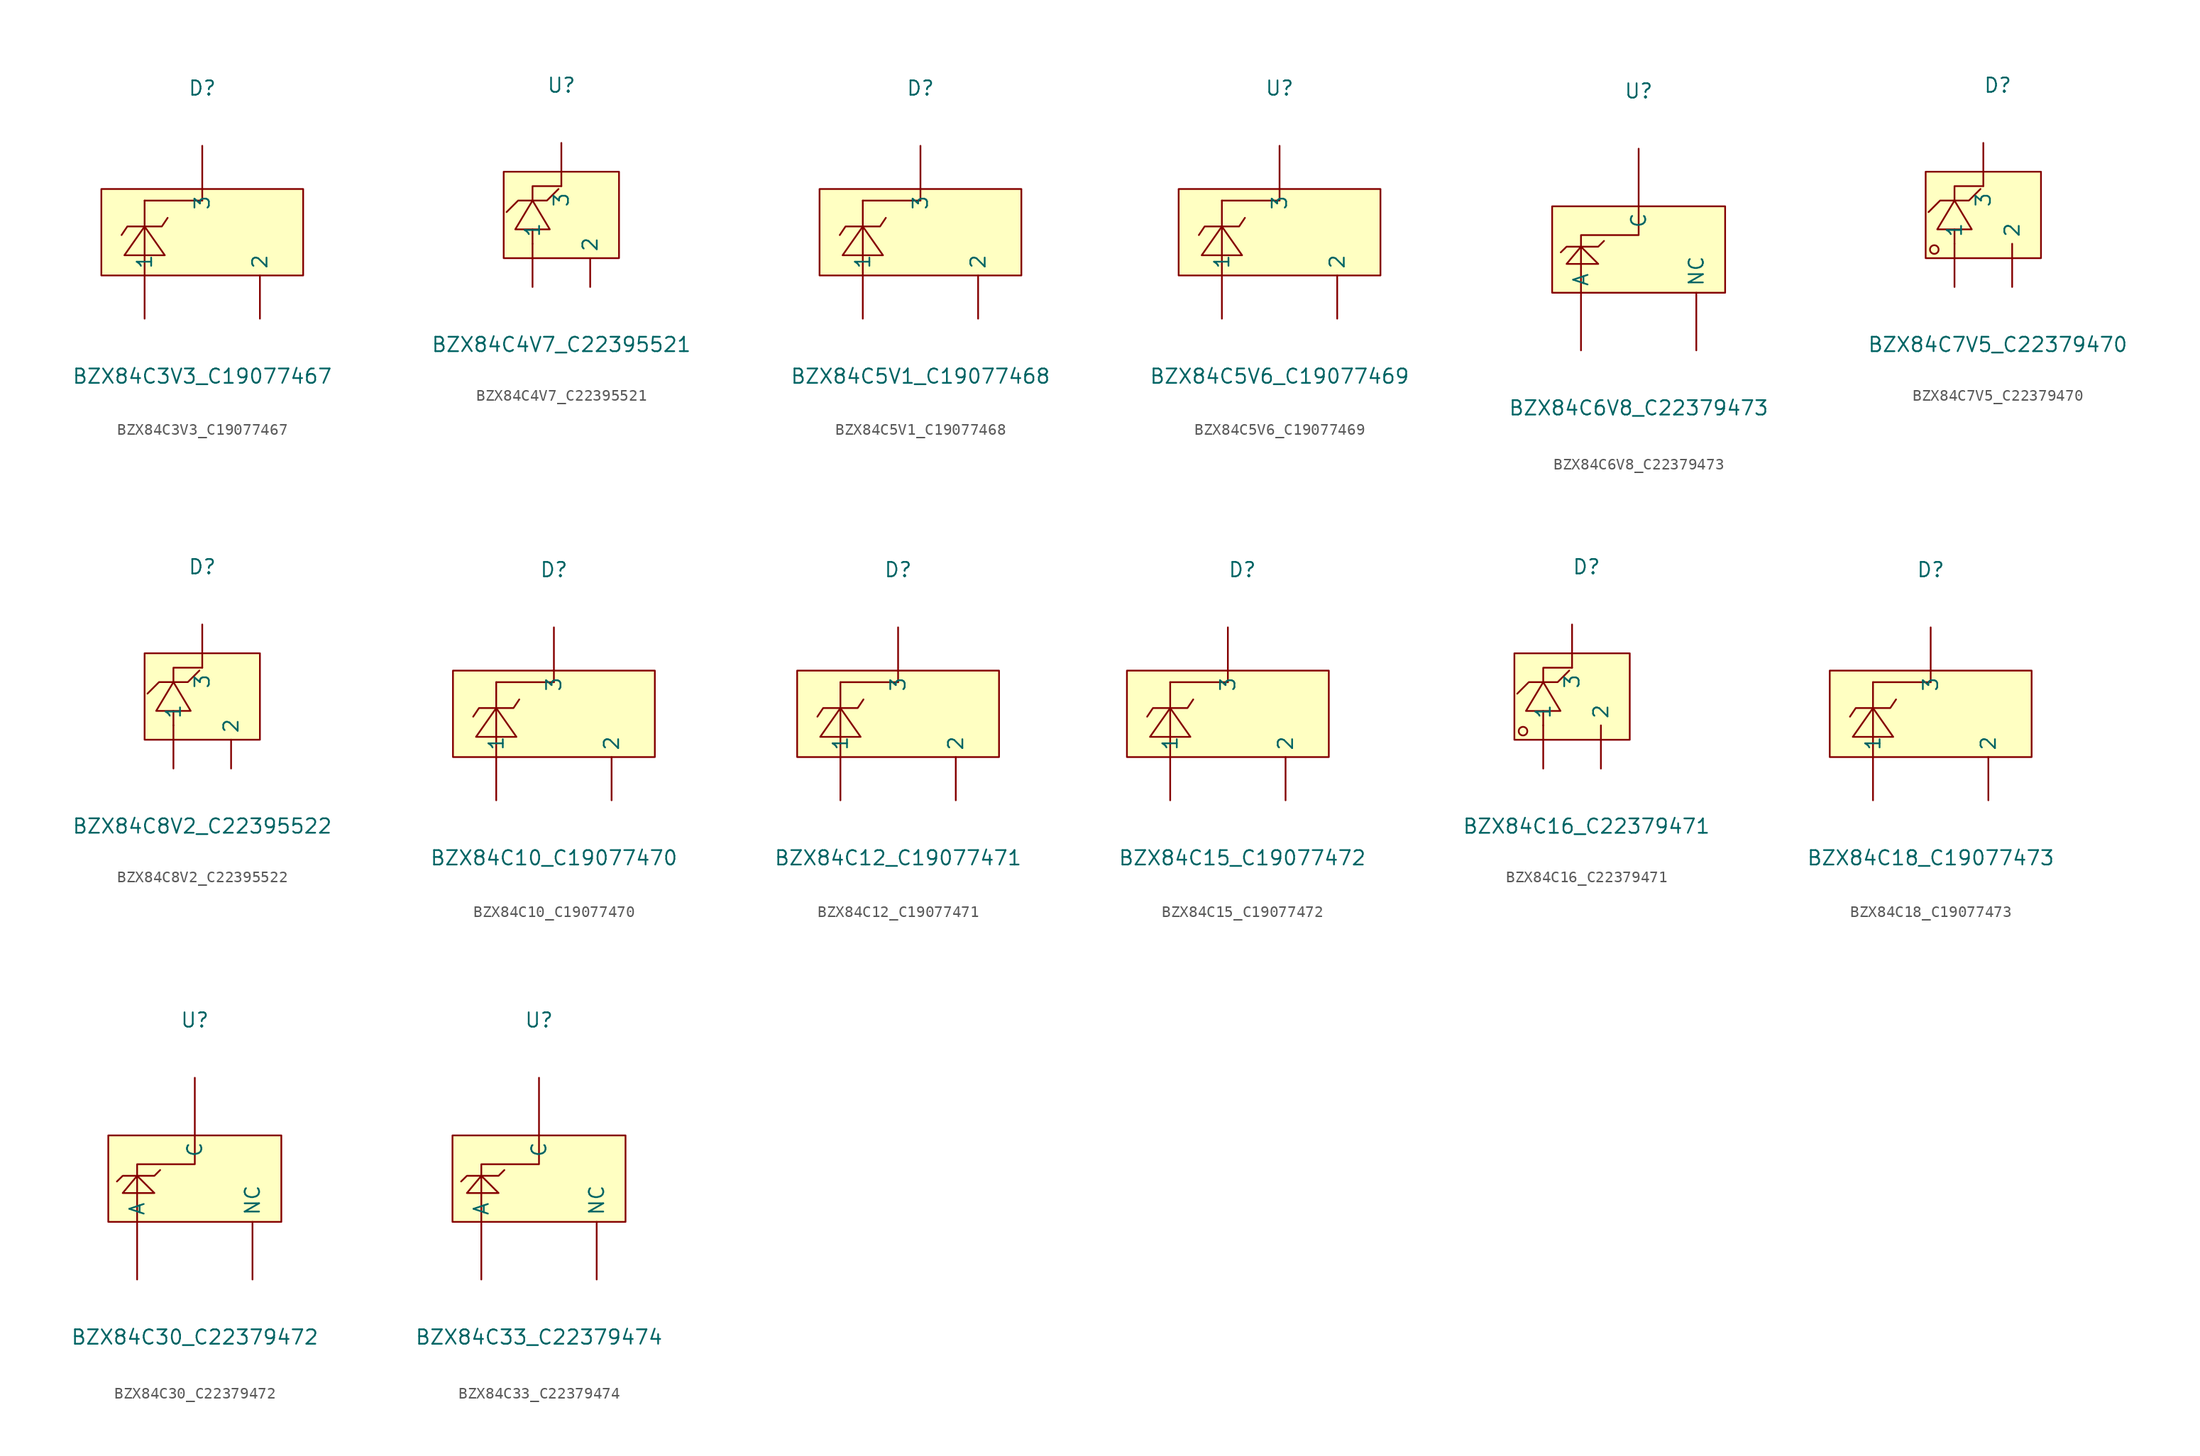
<source format=kicad_sym>
(kicad_symbol_lib
  (version 20241209)
  (generator "kicad_symbol_editor")
  (generator_version "9.0")
  (symbol "BZX84C3V3_C19077467"
    (pin_numbers
      (hide yes))
    (property "Reference" "D"
      (at 0 12.7 0)
      (effects (font (size 1.27 1.27))))
    (property "Value" "BZX84C3V3_C19077467"
      (at 0 -12.7 0)
      (effects (font (size 1.27 1.27))))
    (symbol "BZX84C3V3_C19077467_0_1"
      (rectangle (start -8.89 3.81) (end 8.89 -3.81) (stroke (width 0) (type default)) (fill (type background)))
      (polyline (pts (xy -5.08 2.79) (xy -5.08 -3.81)) (stroke (width 0) (type default)) (fill (type none)))
      (polyline (pts (xy -5.08 2.79) (xy 0 2.79)) (stroke (width 0) (type default)) (fill (type none)))
      (polyline (pts (xy -3.3 -2.03) (xy -5.08 0.51) (xy -6.86 -2.03) (xy -3.3 -2.03)) (stroke (width 0) (type default)) (fill (type background)))
      (polyline (pts (xy -3.05 1.27) (xy -3.56 0.51) (xy -6.6 0.51) (xy -7.11 -0.25)) (stroke (width 0) (type default)) (fill (type none)))
      (polyline (pts (xy 0 2.79) (xy 0 3.81)) (stroke (width 0) (type default)) (fill (type none)))
      (pin unspecified line (at -5.08 -7.62 90) (length 3.81) (name "1" (effects (font (size 1.27 1.27)))) (number "1" (effects (font (size 1.27 1.27)))))
      (pin unspecified line (at 0 7.62 270) (length 3.81) (name "3" (effects (font (size 1.27 1.27)))) (number "3" (effects (font (size 1.27 1.27)))))
      (pin unspecified line (at 5.08 -7.62 90) (length 3.81) (name "2" (effects (font (size 1.27 1.27)))) (number "2" (effects (font (size 1.27 1.27)))))))
  (symbol "BZX84C4V7_C22395521"
    (pin_numbers
      (hide yes))
    (property "Reference" "U"
      (at 0 12.7 0)
      (effects (font (size 1.27 1.27))))
    (property "Value" "BZX84C4V7_C22395521"
      (at 0 -10.16 0)
      (effects (font (size 1.27 1.27))))
    (symbol "BZX84C4V7_C22395521_0_1"
      (rectangle (start -5.08 5.08) (end 5.08 -2.54) (stroke (width 0) (type default)) (fill (type background)))
      (polyline (pts (xy -4.06 0) (xy -2.54 2.54) (xy -1.02 0) (xy -4.06 0)) (stroke (width 0) (type default)) (fill (type background)))
      (polyline (pts (xy -2.54 2.54) (xy -2.54 3.81) (xy 0 3.81) (xy 0 3.81)) (stroke (width 0) (type default)) (fill (type none)))
      (polyline (pts (xy -2.54 0) (xy -2.54 -1.27)) (stroke (width 0) (type default)) (fill (type none)))
      (polyline (pts (xy -0.25 3.56) (xy -1.27 2.54) (xy -3.81 2.54) (xy -4.83 1.52)) (stroke (width 0) (type default)) (fill (type none)))
      (pin unspecified line (at -2.54 -5.08 90) (length 3.81) (name "1" (effects (font (size 1.27 1.27)))) (number "1" (effects (font (size 1.27 1.27)))))
      (pin unspecified line (at 0 7.62 270) (length 3.81) (name "3" (effects (font (size 1.27 1.27)))) (number "3" (effects (font (size 1.27 1.27)))))
      (pin unspecified line (at 2.54 -5.08 90) (length 2.54) (name "2" (effects (font (size 1.27 1.27)))) (number "2" (effects (font (size 1.27 1.27)))))))
  (symbol "BZX84C5V1_C19077468"
    (pin_numbers
      (hide yes))
    (property "Reference" "D"
      (at 0 12.7 0)
      (effects (font (size 1.27 1.27))))
    (property "Value" "BZX84C5V1_C19077468"
      (at 0 -12.7 0)
      (effects (font (size 1.27 1.27))))
    (symbol "BZX84C5V1_C19077468_0_1"
      (rectangle (start -8.89 3.81) (end 8.89 -3.81) (stroke (width 0) (type default)) (fill (type background)))
      (polyline (pts (xy -5.08 2.79) (xy -5.08 -3.81)) (stroke (width 0) (type default)) (fill (type none)))
      (polyline (pts (xy -5.08 2.79) (xy 0 2.79)) (stroke (width 0) (type default)) (fill (type none)))
      (polyline (pts (xy -3.3 -2.03) (xy -5.08 0.51) (xy -6.86 -2.03) (xy -3.3 -2.03)) (stroke (width 0) (type default)) (fill (type background)))
      (polyline (pts (xy -3.05 1.27) (xy -3.56 0.51) (xy -6.6 0.51) (xy -7.11 -0.25)) (stroke (width 0) (type default)) (fill (type none)))
      (polyline (pts (xy 0 2.79) (xy 0 3.81)) (stroke (width 0) (type default)) (fill (type none)))
      (pin unspecified line (at -5.08 -7.62 90) (length 3.81) (name "1" (effects (font (size 1.27 1.27)))) (number "1" (effects (font (size 1.27 1.27)))))
      (pin unspecified line (at 0 7.62 270) (length 3.81) (name "3" (effects (font (size 1.27 1.27)))) (number "3" (effects (font (size 1.27 1.27)))))
      (pin unspecified line (at 5.08 -7.62 90) (length 3.81) (name "2" (effects (font (size 1.27 1.27)))) (number "2" (effects (font (size 1.27 1.27)))))))
  (symbol "BZX84C5V6_C19077469"
    (pin_numbers
      (hide yes))
    (property "Reference" "U"
      (at 0 12.7 0)
      (effects (font (size 1.27 1.27))))
    (property "Value" "BZX84C5V6_C19077469"
      (at 0 -12.7 0)
      (effects (font (size 1.27 1.27))))
    (symbol "BZX84C5V6_C19077469_0_1"
      (rectangle (start -8.89 3.81) (end 8.89 -3.81) (stroke (width 0) (type default)) (fill (type background)))
      (polyline (pts (xy -5.08 2.79) (xy -5.08 -3.81)) (stroke (width 0) (type default)) (fill (type none)))
      (polyline (pts (xy -5.08 2.79) (xy 0 2.79)) (stroke (width 0) (type default)) (fill (type none)))
      (polyline (pts (xy -3.3 -2.03) (xy -5.08 0.51) (xy -6.86 -2.03) (xy -3.3 -2.03)) (stroke (width 0) (type default)) (fill (type background)))
      (polyline (pts (xy -3.05 1.27) (xy -3.56 0.51) (xy -6.6 0.51) (xy -7.11 -0.25)) (stroke (width 0) (type default)) (fill (type none)))
      (polyline (pts (xy 0 2.79) (xy 0 3.81)) (stroke (width 0) (type default)) (fill (type none)))
      (pin unspecified line (at -5.08 -7.62 90) (length 3.81) (name "1" (effects (font (size 1.27 1.27)))) (number "1" (effects (font (size 1.27 1.27)))))
      (pin unspecified line (at 0 7.62 270) (length 3.81) (name "3" (effects (font (size 1.27 1.27)))) (number "3" (effects (font (size 1.27 1.27)))))
      (pin unspecified line (at 5.08 -7.62 90) (length 3.81) (name "2" (effects (font (size 1.27 1.27)))) (number "2" (effects (font (size 1.27 1.27)))))))
  (symbol "BZX84C6V8_C22379473"
    (pin_numbers
      (hide yes))
    (property "Reference" "U"
      (at 0 13.97 0)
      (effects (font (size 1.27 1.27))))
    (property "Value" "BZX84C6V8_C22379473"
      (at 0 -13.97 0)
      (effects (font (size 1.27 1.27))))
    (symbol "BZX84C6V8_C22379473_0_1"
      (rectangle (start -7.62 3.81) (end 7.62 -3.81) (stroke (width 0) (type default)) (fill (type background)))
      (polyline (pts (xy -6.86 -0.25) (xy -6.35 0.25) (xy -3.56 0.25) (xy -3.05 0.76)) (stroke (width 0) (type default)) (fill (type none)))
      (polyline (pts (xy -6.35 -1.27) (xy -3.56 -1.27) (xy -5.08 0.25) (xy -6.35 -1.27) (xy -6.35 -1.27)) (stroke (width 0) (type default)) (fill (type background)))
      (polyline (pts (xy -5.08 -3.81) (xy -5.08 1.27) (xy 0 1.27) (xy 0 3.81)) (stroke (width 0) (type default)) (fill (type none)))
      (pin unspecified line (at -5.08 -8.89 90) (length 5.08) (name "A" (effects (font (size 1.27 1.27)))) (number "1" (effects (font (size 1.27 1.27)))))
      (pin unspecified line (at 0 8.89 270) (length 5.08) (name "C" (effects (font (size 1.27 1.27)))) (number "3" (effects (font (size 1.27 1.27)))))
      (pin unspecified line (at 5.08 -8.89 90) (length 5.08) (name "NC" (effects (font (size 1.27 1.27)))) (number "2" (effects (font (size 1.27 1.27)))))))
  (symbol "BZX84C7V5_C22379470"
    (pin_numbers
      (hide yes))
    (property "Reference" "D"
      (at 0 11.43 0)
      (effects (font (size 1.27 1.27))))
    (property "Value" "BZX84C7V5_C22379470"
      (at 0 -11.43 0)
      (effects (font (size 1.27 1.27))))
    (symbol "BZX84C7V5_C22379470_0_1"
      (rectangle (start -6.35 3.81) (end 3.81 -3.81) (stroke (width 0) (type default)) (fill (type background)))
      (circle (center -5.59 -3.05) (radius 0.38) (stroke (width 0) (type default)) (fill (type none)))
      (polyline (pts (xy -5.33 -1.27) (xy -3.81 1.27) (xy -2.29 -1.27) (xy -5.33 -1.27)) (stroke (width 0) (type default)) (fill (type background)))
      (polyline (pts (xy -3.81 1.27) (xy -3.81 2.54) (xy -1.27 2.54) (xy -1.27 2.54)) (stroke (width 0) (type default)) (fill (type none)))
      (polyline (pts (xy -3.81 -1.27) (xy -3.81 -2.54)) (stroke (width 0) (type default)) (fill (type none)))
      (polyline (pts (xy -1.52 2.29) (xy -2.54 1.27) (xy -5.08 1.27) (xy -6.1 0.25)) (stroke (width 0) (type default)) (fill (type none)))
      (pin unspecified line (at -3.81 -6.35 90) (length 3.81) (name "1" (effects (font (size 1.27 1.27)))) (number "1" (effects (font (size 1.27 1.27)))))
      (pin unspecified line (at -1.27 6.35 270) (length 3.81) (name "3" (effects (font (size 1.27 1.27)))) (number "3" (effects (font (size 1.27 1.27)))))
      (pin unspecified line (at 1.27 -6.35 90) (length 3.81) (name "2" (effects (font (size 1.27 1.27)))) (number "2" (effects (font (size 1.27 1.27)))))))
  (symbol "BZX84C8V2_C22395522"
    (pin_numbers
      (hide yes))
    (property "Reference" "D"
      (at 0 12.7 0)
      (effects (font (size 1.27 1.27))))
    (property "Value" "BZX84C8V2_C22395522"
      (at 0 -10.16 0)
      (effects (font (size 1.27 1.27))))
    (symbol "BZX84C8V2_C22395522_0_1"
      (rectangle (start -5.08 5.08) (end 5.08 -2.54) (stroke (width 0) (type default)) (fill (type background)))
      (polyline (pts (xy -4.06 0) (xy -2.54 2.54) (xy -1.02 0) (xy -4.06 0)) (stroke (width 0) (type default)) (fill (type background)))
      (polyline (pts (xy -2.54 2.54) (xy -2.54 3.81) (xy 0 3.81) (xy 0 3.81)) (stroke (width 0) (type default)) (fill (type none)))
      (polyline (pts (xy -2.54 0) (xy -2.54 -1.27)) (stroke (width 0) (type default)) (fill (type none)))
      (polyline (pts (xy -0.25 3.56) (xy -1.27 2.54) (xy -3.81 2.54) (xy -4.83 1.52)) (stroke (width 0) (type default)) (fill (type none)))
      (pin unspecified line (at -2.54 -5.08 90) (length 3.81) (name "1" (effects (font (size 1.27 1.27)))) (number "1" (effects (font (size 1.27 1.27)))))
      (pin unspecified line (at 0 7.62 270) (length 3.81) (name "3" (effects (font (size 1.27 1.27)))) (number "3" (effects (font (size 1.27 1.27)))))
      (pin unspecified line (at 2.54 -5.08 90) (length 2.54) (name "2" (effects (font (size 1.27 1.27)))) (number "2" (effects (font (size 1.27 1.27)))))))
  (symbol "BZX84C10_C19077470"
    (pin_numbers
      (hide yes))
    (property "Reference" "D"
      (at 0 12.7 0)
      (effects (font (size 1.27 1.27))))
    (property "Value" "BZX84C10_C19077470"
      (at 0 -12.7 0)
      (effects (font (size 1.27 1.27))))
    (symbol "BZX84C10_C19077470_0_1"
      (rectangle (start -8.89 3.81) (end 8.89 -3.81) (stroke (width 0) (type default)) (fill (type background)))
      (polyline (pts (xy -5.08 2.79) (xy -5.08 -3.81)) (stroke (width 0) (type default)) (fill (type none)))
      (polyline (pts (xy -5.08 2.79) (xy 0 2.79)) (stroke (width 0) (type default)) (fill (type none)))
      (polyline (pts (xy -3.3 -2.03) (xy -5.08 0.51) (xy -6.86 -2.03) (xy -3.3 -2.03)) (stroke (width 0) (type default)) (fill (type background)))
      (polyline (pts (xy -3.05 1.27) (xy -3.56 0.51) (xy -6.6 0.51) (xy -7.11 -0.25)) (stroke (width 0) (type default)) (fill (type none)))
      (polyline (pts (xy 0 2.79) (xy 0 3.81)) (stroke (width 0) (type default)) (fill (type none)))
      (pin unspecified line (at -5.08 -7.62 90) (length 3.81) (name "1" (effects (font (size 1.27 1.27)))) (number "1" (effects (font (size 1.27 1.27)))))
      (pin unspecified line (at 0 7.62 270) (length 3.81) (name "3" (effects (font (size 1.27 1.27)))) (number "3" (effects (font (size 1.27 1.27)))))
      (pin unspecified line (at 5.08 -7.62 90) (length 3.81) (name "2" (effects (font (size 1.27 1.27)))) (number "2" (effects (font (size 1.27 1.27)))))))
  (symbol "BZX84C12_C19077471"
    (pin_numbers
      (hide yes))
    (property "Reference" "D"
      (at 0 12.7 0)
      (effects (font (size 1.27 1.27))))
    (property "Value" "BZX84C12_C19077471"
      (at 0 -12.7 0)
      (effects (font (size 1.27 1.27))))
    (symbol "BZX84C12_C19077471_0_1"
      (rectangle (start -8.89 3.81) (end 8.89 -3.81) (stroke (width 0) (type default)) (fill (type background)))
      (polyline (pts (xy -5.08 2.79) (xy -5.08 -3.81)) (stroke (width 0) (type default)) (fill (type none)))
      (polyline (pts (xy -5.08 2.79) (xy 0 2.79)) (stroke (width 0) (type default)) (fill (type none)))
      (polyline (pts (xy -3.3 -2.03) (xy -5.08 0.51) (xy -6.86 -2.03) (xy -3.3 -2.03)) (stroke (width 0) (type default)) (fill (type background)))
      (polyline (pts (xy -3.05 1.27) (xy -3.56 0.51) (xy -6.6 0.51) (xy -7.11 -0.25)) (stroke (width 0) (type default)) (fill (type none)))
      (polyline (pts (xy 0 2.79) (xy 0 3.81)) (stroke (width 0) (type default)) (fill (type none)))
      (pin unspecified line (at -5.08 -7.62 90) (length 3.81) (name "1" (effects (font (size 1.27 1.27)))) (number "1" (effects (font (size 1.27 1.27)))))
      (pin unspecified line (at 0 7.62 270) (length 3.81) (name "3" (effects (font (size 1.27 1.27)))) (number "3" (effects (font (size 1.27 1.27)))))
      (pin unspecified line (at 5.08 -7.62 90) (length 3.81) (name "2" (effects (font (size 1.27 1.27)))) (number "2" (effects (font (size 1.27 1.27)))))))
  (symbol "BZX84C15_C19077472"
    (pin_numbers
      (hide yes))
    (property "Reference" "D"
      (at 0 12.7 0)
      (effects (font (size 1.27 1.27))))
    (property "Value" "BZX84C15_C19077472"
      (at 0 -12.7 0)
      (effects (font (size 1.27 1.27))))
    (symbol "BZX84C15_C19077472_0_1"
      (rectangle (start -10.16 3.81) (end 7.62 -3.81) (stroke (width 0) (type default)) (fill (type background)))
      (polyline (pts (xy -6.35 2.79) (xy -6.35 -3.81)) (stroke (width 0) (type default)) (fill (type none)))
      (polyline (pts (xy -6.35 2.79) (xy -1.27 2.79)) (stroke (width 0) (type default)) (fill (type none)))
      (polyline (pts (xy -4.57 -2.03) (xy -6.35 0.51) (xy -8.13 -2.03) (xy -4.57 -2.03)) (stroke (width 0) (type default)) (fill (type background)))
      (polyline (pts (xy -4.32 1.27) (xy -4.83 0.51) (xy -7.87 0.51) (xy -8.38 -0.25)) (stroke (width 0) (type default)) (fill (type none)))
      (polyline (pts (xy -1.27 2.79) (xy -1.27 3.81)) (stroke (width 0) (type default)) (fill (type none)))
      (pin unspecified line (at -6.35 -7.62 90) (length 3.81) (name "1" (effects (font (size 1.27 1.27)))) (number "1" (effects (font (size 1.27 1.27)))))
      (pin unspecified line (at -1.27 7.62 270) (length 3.81) (name "3" (effects (font (size 1.27 1.27)))) (number "3" (effects (font (size 1.27 1.27)))))
      (pin unspecified line (at 3.81 -7.62 90) (length 3.81) (name "2" (effects (font (size 1.27 1.27)))) (number "2" (effects (font (size 1.27 1.27)))))))
  (symbol "BZX84C16_C22379471"
    (pin_numbers
      (hide yes))
    (property "Reference" "D"
      (at 0 11.43 0)
      (effects (font (size 1.27 1.27))))
    (property "Value" "BZX84C16_C22379471"
      (at 0 -11.43 0)
      (effects (font (size 1.27 1.27))))
    (symbol "BZX84C16_C22379471_0_1"
      (rectangle (start -6.35 3.81) (end 3.81 -3.81) (stroke (width 0) (type default)) (fill (type background)))
      (circle (center -5.59 -3.05) (radius 0.38) (stroke (width 0) (type default)) (fill (type none)))
      (polyline (pts (xy -5.33 -1.27) (xy -3.81 1.27) (xy -2.29 -1.27) (xy -5.33 -1.27)) (stroke (width 0) (type default)) (fill (type background)))
      (polyline (pts (xy -3.81 1.27) (xy -3.81 2.54) (xy -1.27 2.54) (xy -1.27 2.54)) (stroke (width 0) (type default)) (fill (type none)))
      (polyline (pts (xy -3.81 -1.27) (xy -3.81 -2.54)) (stroke (width 0) (type default)) (fill (type none)))
      (polyline (pts (xy -1.52 2.29) (xy -2.54 1.27) (xy -5.08 1.27) (xy -6.1 0.25)) (stroke (width 0) (type default)) (fill (type none)))
      (pin unspecified line (at -3.81 -6.35 90) (length 3.81) (name "1" (effects (font (size 1.27 1.27)))) (number "1" (effects (font (size 1.27 1.27)))))
      (pin unspecified line (at -1.27 6.35 270) (length 3.81) (name "3" (effects (font (size 1.27 1.27)))) (number "3" (effects (font (size 1.27 1.27)))))
      (pin unspecified line (at 1.27 -6.35 90) (length 3.81) (name "2" (effects (font (size 1.27 1.27)))) (number "2" (effects (font (size 1.27 1.27)))))))
  (symbol "BZX84C18_C19077473"
    (pin_numbers
      (hide yes))
    (property "Reference" "D"
      (at 0 13.97 0)
      (effects (font (size 1.27 1.27))))
    (property "Value" "BZX84C18_C19077473"
      (at 0 -11.43 0)
      (effects (font (size 1.27 1.27))))
    (symbol "BZX84C18_C19077473_0_1"
      (rectangle (start -8.89 5.08) (end 8.89 -2.54) (stroke (width 0) (type default)) (fill (type background)))
      (polyline (pts (xy -5.08 4.06) (xy -5.08 -2.54)) (stroke (width 0) (type default)) (fill (type none)))
      (polyline (pts (xy -5.08 4.06) (xy 0 4.06)) (stroke (width 0) (type default)) (fill (type none)))
      (polyline (pts (xy -3.3 -0.76) (xy -5.08 1.78) (xy -6.86 -0.76) (xy -3.3 -0.76)) (stroke (width 0) (type default)) (fill (type background)))
      (polyline (pts (xy -3.05 2.54) (xy -3.56 1.78) (xy -6.6 1.78) (xy -7.11 1.02)) (stroke (width 0) (type default)) (fill (type none)))
      (polyline (pts (xy 0 4.06) (xy 0 5.08)) (stroke (width 0) (type default)) (fill (type none)))
      (pin unspecified line (at -5.08 -6.35 90) (length 3.81) (name "1" (effects (font (size 1.27 1.27)))) (number "1" (effects (font (size 1.27 1.27)))))
      (pin unspecified line (at 0 8.89 270) (length 3.81) (name "3" (effects (font (size 1.27 1.27)))) (number "3" (effects (font (size 1.27 1.27)))))
      (pin unspecified line (at 5.08 -6.35 90) (length 3.81) (name "2" (effects (font (size 1.27 1.27)))) (number "2" (effects (font (size 1.27 1.27)))))))
  (symbol "BZX84C30_C22379472"
    (pin_numbers
      (hide yes))
    (property "Reference" "U"
      (at 0 12.7 0)
      (effects (font (size 1.27 1.27))))
    (property "Value" "BZX84C30_C22379472"
      (at 0 -15.24 0)
      (effects (font (size 1.27 1.27))))
    (symbol "BZX84C30_C22379472_0_1"
      (rectangle (start -7.62 2.54) (end 7.62 -5.08) (stroke (width 0) (type default)) (fill (type background)))
      (polyline (pts (xy -6.86 -1.52) (xy -6.35 -1.02) (xy -3.56 -1.02) (xy -3.05 -0.51)) (stroke (width 0) (type default)) (fill (type none)))
      (polyline (pts (xy -6.35 -2.54) (xy -3.56 -2.54) (xy -5.08 -1.02) (xy -6.35 -2.54) (xy -6.35 -2.54)) (stroke (width 0) (type default)) (fill (type background)))
      (polyline (pts (xy -5.08 -5.08) (xy -5.08 0) (xy 0 0) (xy 0 2.54)) (stroke (width 0) (type default)) (fill (type none)))
      (pin unspecified line (at -5.08 -10.16 90) (length 5.08) (name "A" (effects (font (size 1.27 1.27)))) (number "1" (effects (font (size 1.27 1.27)))))
      (pin unspecified line (at 0 7.62 270) (length 5.08) (name "C" (effects (font (size 1.27 1.27)))) (number "3" (effects (font (size 1.27 1.27)))))
      (pin unspecified line (at 5.08 -10.16 90) (length 5.08) (name "NC" (effects (font (size 1.27 1.27)))) (number "2" (effects (font (size 1.27 1.27)))))))
  (symbol "BZX84C33_C22379474"
    (pin_numbers
      (hide yes))
    (property "Reference" "U"
      (at 0 12.7 0)
      (effects (font (size 1.27 1.27))))
    (property "Value" "BZX84C33_C22379474"
      (at 0 -15.24 0)
      (effects (font (size 1.27 1.27))))
    (symbol "BZX84C33_C22379474_0_1"
      (rectangle (start -7.62 2.54) (end 7.62 -5.08) (stroke (width 0) (type default)) (fill (type background)))
      (polyline (pts (xy -6.86 -1.52) (xy -6.35 -1.02) (xy -3.56 -1.02) (xy -3.05 -0.51)) (stroke (width 0) (type default)) (fill (type none)))
      (polyline (pts (xy -6.35 -2.54) (xy -3.56 -2.54) (xy -5.08 -1.02) (xy -6.35 -2.54) (xy -6.35 -2.54)) (stroke (width 0) (type default)) (fill (type background)))
      (polyline (pts (xy -5.08 -5.08) (xy -5.08 0) (xy 0 0) (xy 0 2.54)) (stroke (width 0) (type default)) (fill (type none)))
      (pin unspecified line (at -5.08 -10.16 90) (length 5.08) (name "A" (effects (font (size 1.27 1.27)))) (number "1" (effects (font (size 1.27 1.27)))))
      (pin unspecified line (at 0 7.62 270) (length 5.08) (name "C" (effects (font (size 1.27 1.27)))) (number "3" (effects (font (size 1.27 1.27)))))
      (pin unspecified line (at 5.08 -10.16 90) (length 5.08) (name "NC" (effects (font (size 1.27 1.27)))) (number "2" (effects (font (size 1.27 1.27))))))))
</source>
